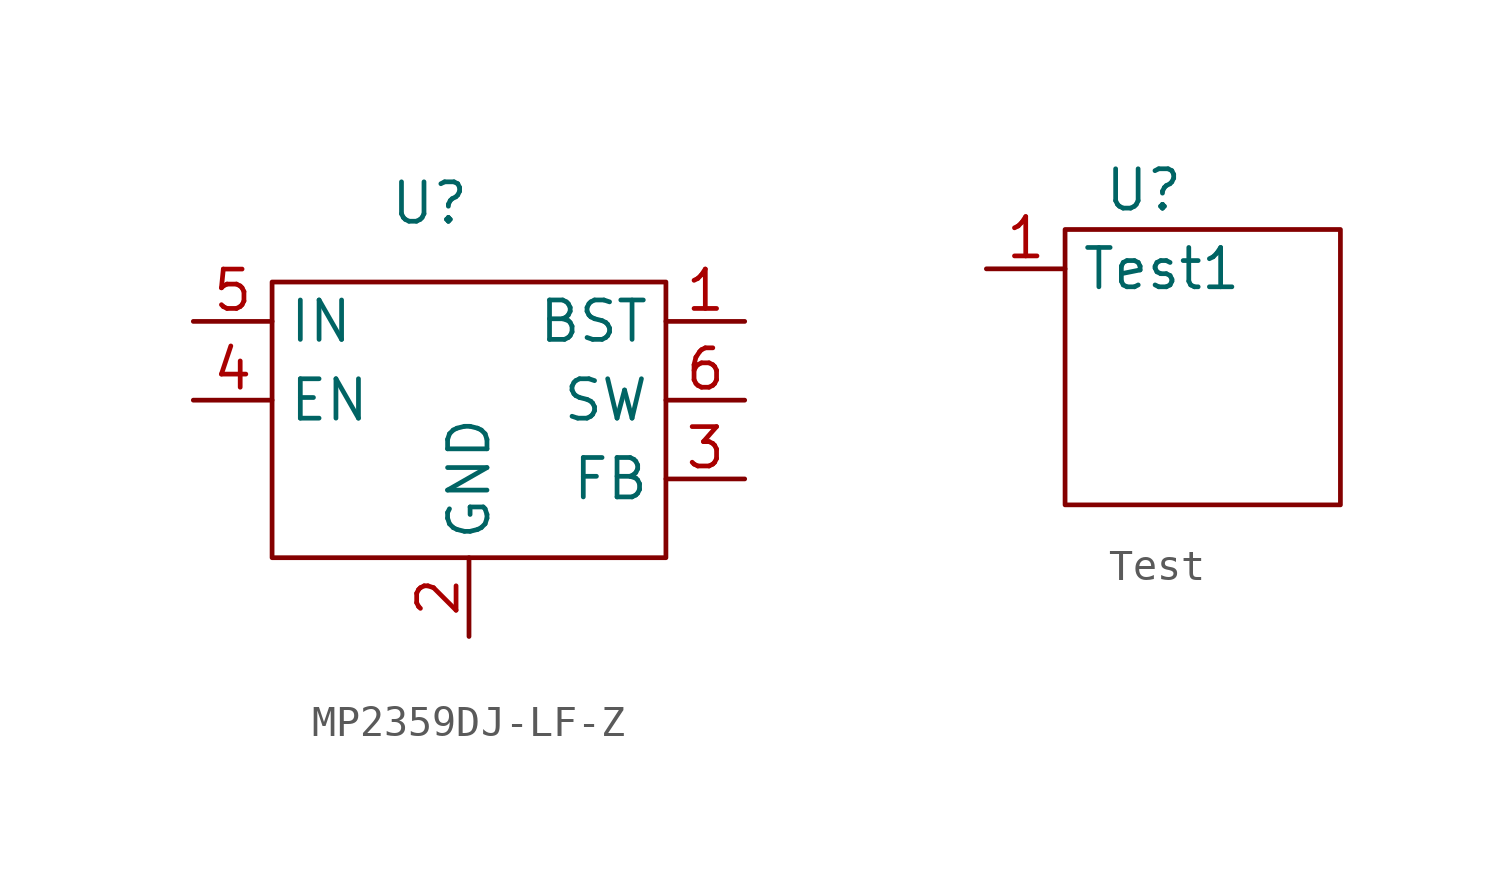
<source format=kicad_sym>
(kicad_symbol_lib
  (version 20220914)
  (generator kicad_symbol_editor)
  (symbol "MP2359DJ-LF-Z"
    (property "Reference" "U"
      (at 0 2.54 0)
      (effects (font (size 1.27 1.27))))
    (property "Value" ""
      (at 6.35 0 0)
      (effects (font (size 1.27 1.27))))
    (symbol "MP2359DJ-LF-Z_0_1"
      (rectangle (start -5.08 0) (end 7.62 -8.89) (stroke (width 0) (type default)) (fill (type none))))
    (symbol "MP2359DJ-LF-Z_1_1"
      (pin input line (at 10.16 -1.27 180) (length 2.54) (name "BST" (effects (font (size 1.27 1.27)))) (number "1" (effects (font (size 1.27 1.27)))))
      (pin input line (at 1.27 -11.43 90) (length 2.54) (name "GND" (effects (font (size 1.27 1.27)))) (number "2" (effects (font (size 1.27 1.27)))))
      (pin input line (at 10.16 -6.35 180) (length 2.54) (name "FB" (effects (font (size 1.27 1.27)))) (number "3" (effects (font (size 1.27 1.27)))))
      (pin input line (at -7.62 -3.81 0) (length 2.54) (name "EN" (effects (font (size 1.27 1.27)))) (number "4" (effects (font (size 1.27 1.27)))))
      (pin input line (at -7.62 -1.27 0) (length 2.54) (name "IN" (effects (font (size 1.27 1.27)))) (number "5" (effects (font (size 1.27 1.27)))))
      (pin input line (at 10.16 -3.81 180) (length 2.54) (name "SW" (effects (font (size 1.27 1.27)))) (number "6" (effects (font (size 1.27 1.27)))))))
  (symbol "Test"
    (property "Reference" "U"
      (at 0 2.54 0)
      (effects (font (size 1.27 1.27))))
    (property "Value" ""
      (at 0 0 0)
      (effects (font (size 1.27 1.27))))
    (symbol "Test_0_1"
      (rectangle (start -2.54 1.27) (end 6.35 -7.62) (stroke (width 0) (type default)) (fill (type none))))
    (symbol "Test_1_1"
      (pin input line (at -5.08 0 0) (length 2.54) (name "Test1" (effects (font (size 1.27 1.27)))) (number "1" (effects (font (size 1.27 1.27))))))))
</source>
